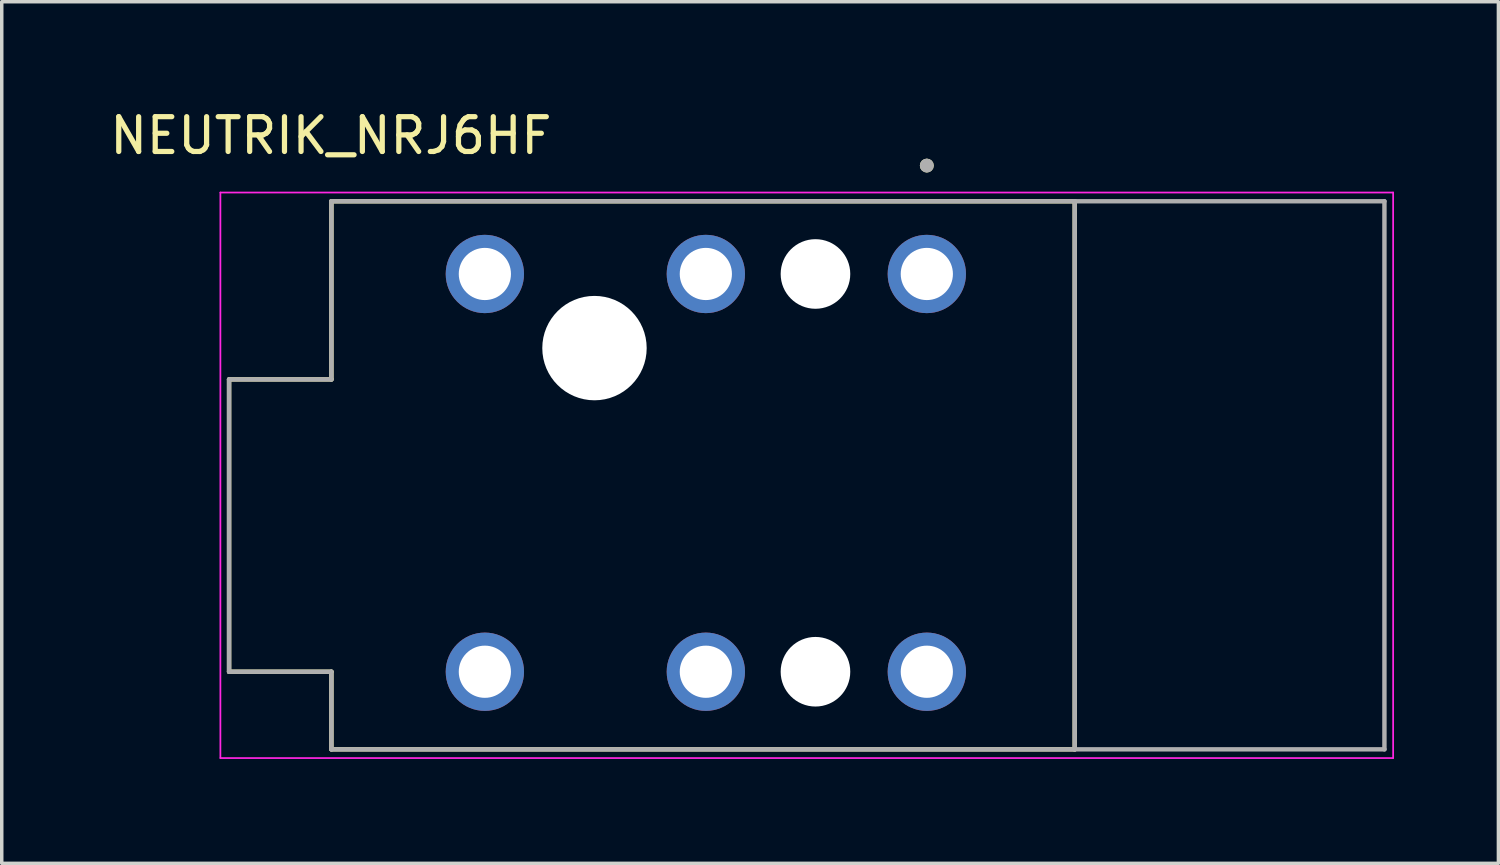
<source format=kicad_pcb>
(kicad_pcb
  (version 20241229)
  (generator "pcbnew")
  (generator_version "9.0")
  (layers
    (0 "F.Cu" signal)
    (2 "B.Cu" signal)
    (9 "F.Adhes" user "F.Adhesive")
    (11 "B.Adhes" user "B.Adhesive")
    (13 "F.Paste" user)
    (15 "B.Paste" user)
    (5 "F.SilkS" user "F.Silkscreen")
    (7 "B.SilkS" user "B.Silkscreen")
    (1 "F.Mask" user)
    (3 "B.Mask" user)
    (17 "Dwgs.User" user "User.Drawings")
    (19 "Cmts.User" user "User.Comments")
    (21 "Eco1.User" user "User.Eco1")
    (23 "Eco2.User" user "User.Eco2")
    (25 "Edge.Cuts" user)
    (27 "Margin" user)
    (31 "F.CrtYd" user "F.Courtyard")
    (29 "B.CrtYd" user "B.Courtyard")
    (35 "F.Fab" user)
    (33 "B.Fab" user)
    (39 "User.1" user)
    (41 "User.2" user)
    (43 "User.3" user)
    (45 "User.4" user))
  (footprint "NEUTRIK_NRJ6HF"
    (layer "F.Cu")
    (at 17.233 10.538)
    (property "Reference" "NEUTRIK_NRJ6HF" (at -10.775 -9.69 0) (layer "F.SilkS") (effects (font (size 1 1) (thickness 0.15))))
    (attr through_hole)
    (fp_line (start -13.7 -2.685) (end -13.7 5.715) (stroke (width 0.127) (type solid)) (layer "F.SilkS"))
    (fp_line (start -13.7 -2.685) (end -10.76 -2.685) (stroke (width 0.127) (type solid)) (layer "F.SilkS"))
    (fp_line (start -10.76 -7.805) (end 10.6 -7.805) (stroke (width 0.127) (type solid)) (layer "F.SilkS"))
    (fp_line (start -10.76 -2.685) (end -10.76 -7.805) (stroke (width 0.127) (type solid)) (layer "F.SilkS"))
    (fp_line (start -10.76 5.715) (end -13.7 5.715) (stroke (width 0.127) (type solid)) (layer "F.SilkS"))
    (fp_line (start -10.76 7.945) (end -10.76 5.715) (stroke (width 0.127) (type solid)) (layer "F.SilkS"))
    (fp_line (start -10.76 7.945) (end 10.6 7.945) (stroke (width 0.127) (type solid)) (layer "F.SilkS"))
    (fp_line (start 10.6 -7.805) (end 10.6 7.945) (stroke (width 0.127) (type solid)) (layer "F.SilkS"))
    (fp_circle (center 6.35 -8.83) (end 6.45 -8.83) (stroke (width 0.2) (type solid)) (fill no) (layer "F.SilkS"))
    (fp_line (start -13.95 -8.055) (end -13.95 8.195) (stroke (width 0.05) (type solid)) (layer "F.CrtYd"))
    (fp_line (start -13.95 8.195) (end 19.75 8.195) (stroke (width 0.05) (type solid)) (layer "F.CrtYd"))
    (fp_line (start 19.75 -8.055) (end -13.95 -8.055) (stroke (width 0.05) (type solid)) (layer "F.CrtYd"))
    (fp_line (start 19.75 8.195) (end 19.75 -8.055) (stroke (width 0.05) (type solid)) (layer "F.CrtYd"))
    (fp_line (start -13.7 -2.685) (end -13.7 5.715) (stroke (width 0.127) (type solid)) (layer "F.Fab"))
    (fp_line (start -13.7 -2.685) (end -10.76 -2.685) (stroke (width 0.127) (type solid)) (layer "F.Fab"))
    (fp_line (start -10.76 -7.805) (end 10.6 -7.805) (stroke (width 0.127) (type solid)) (layer "F.Fab"))
    (fp_line (start -10.76 -2.685) (end -10.76 -7.805) (stroke (width 0.127) (type solid)) (layer "F.Fab"))
    (fp_line (start -10.76 5.715) (end -13.7 5.715) (stroke (width 0.127) (type solid)) (layer "F.Fab"))
    (fp_line (start -10.76 7.945) (end -10.76 5.715) (stroke (width 0.127) (type solid)) (layer "F.Fab"))
    (fp_line (start -10.76 7.945) (end 10.6 7.945) (stroke (width 0.127) (type solid)) (layer "F.Fab"))
    (fp_line (start 10.6 -7.805) (end 10.6 7.945) (stroke (width 0.127) (type solid)) (layer "F.Fab"))
    (fp_line (start 10.6 -7.805) (end 19.5 -7.805) (stroke (width 0.127) (type solid)) (layer "F.Fab"))
    (fp_line (start 10.6 7.945) (end 19.5 7.945) (stroke (width 0.127) (type solid)) (layer "F.Fab"))
    (fp_line (start 19.5 -7.805) (end 19.5 7.945) (stroke (width 0.127) (type solid)) (layer "F.Fab"))
    (fp_circle (center 6.35 -8.83) (end 6.45 -8.83) (stroke (width 0.2) (type solid)) (fill no) (layer "F.Fab"))
    (pad "" np_thru_hole circle (at -3.2 -3.585) (size 3 3) (drill 3) (layers "*.Cu" "*.Mask"))
    (pad "" np_thru_hole circle (at 3.15 -5.715) (size 2 2) (drill 2) (layers "*.Cu" "*.Mask"))
    (pad "" np_thru_hole circle (at 3.15 5.715) (size 2 2) (drill 2) (layers "*.Cu" "*.Mask"))
    (pad "R" thru_hole circle (at 0 -5.715) (size 2.25 2.25) (drill 1.5) (layers "*.Cu" "*.Mask"))
    (pad "RN" thru_hole circle (at 0 5.715) (size 2.25 2.25) (drill 1.5) (layers "*.Cu" "*.Mask"))
    (pad "S" thru_hole circle (at 6.35 -5.715) (size 2.25 2.25) (drill 1.5) (layers "*.Cu" "*.Mask"))
    (pad "SN" thru_hole circle (at 6.35 5.715) (size 2.25 2.25) (drill 1.5) (layers "*.Cu" "*.Mask"))
    (pad "T" thru_hole circle (at -6.35 -5.715) (size 2.25 2.25) (drill 1.5) (layers "*.Cu" "*.Mask"))
    (pad "TN" thru_hole circle (at -6.35 5.715) (size 2.25 2.25) (drill 1.5) (layers "*.Cu" "*.Mask")))
  (gr_rect
    (start -3 -3)
    (end 40.008 21.758)
    (stroke (width 0.1) (type default))
    (fill no)
    (layer "Edge.Cuts")))
</source>
